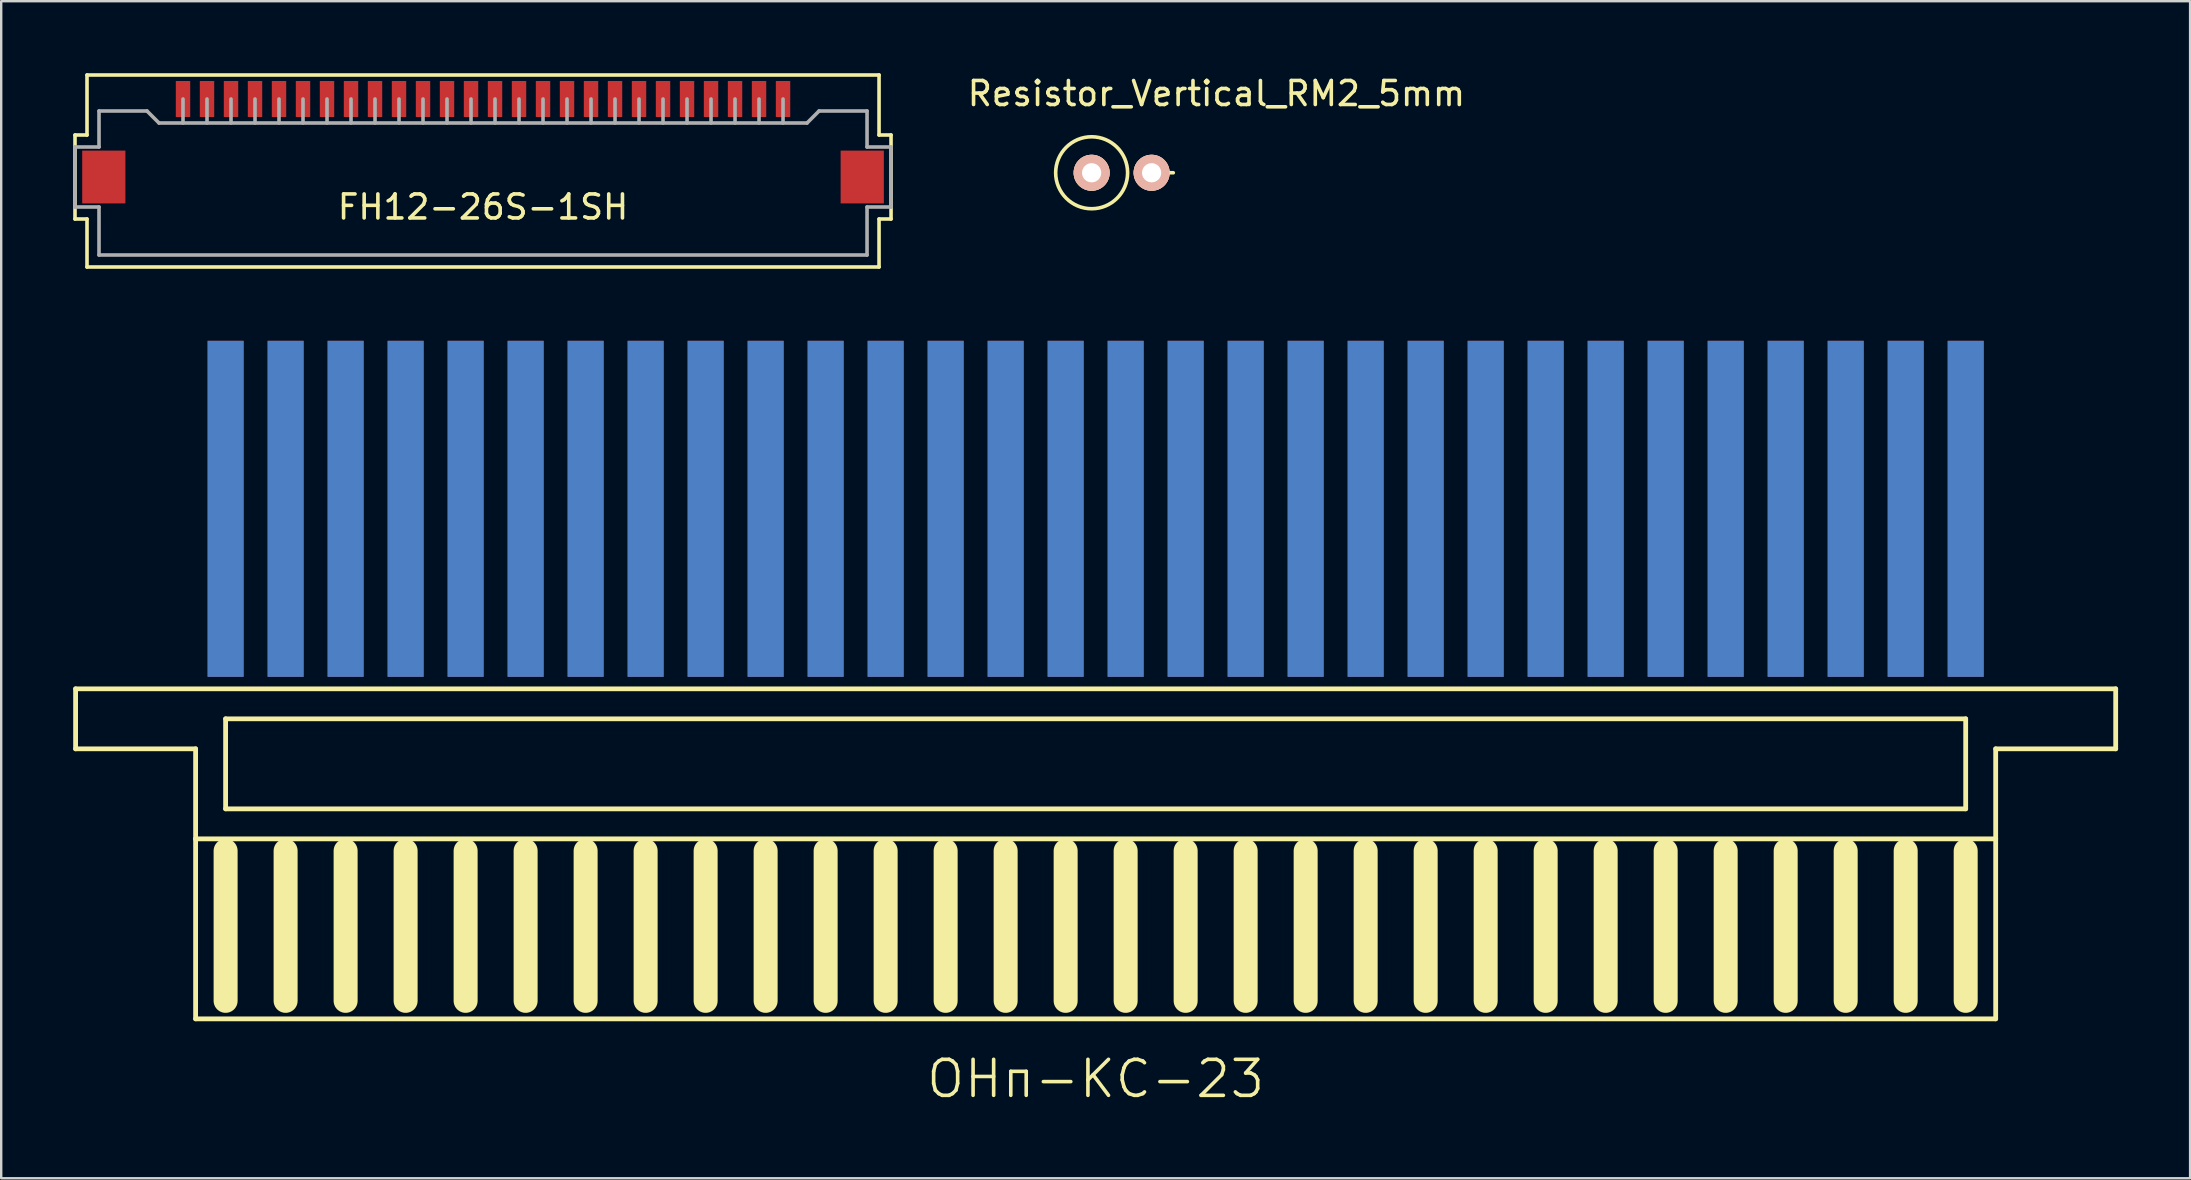
<source format=kicad_pcb>
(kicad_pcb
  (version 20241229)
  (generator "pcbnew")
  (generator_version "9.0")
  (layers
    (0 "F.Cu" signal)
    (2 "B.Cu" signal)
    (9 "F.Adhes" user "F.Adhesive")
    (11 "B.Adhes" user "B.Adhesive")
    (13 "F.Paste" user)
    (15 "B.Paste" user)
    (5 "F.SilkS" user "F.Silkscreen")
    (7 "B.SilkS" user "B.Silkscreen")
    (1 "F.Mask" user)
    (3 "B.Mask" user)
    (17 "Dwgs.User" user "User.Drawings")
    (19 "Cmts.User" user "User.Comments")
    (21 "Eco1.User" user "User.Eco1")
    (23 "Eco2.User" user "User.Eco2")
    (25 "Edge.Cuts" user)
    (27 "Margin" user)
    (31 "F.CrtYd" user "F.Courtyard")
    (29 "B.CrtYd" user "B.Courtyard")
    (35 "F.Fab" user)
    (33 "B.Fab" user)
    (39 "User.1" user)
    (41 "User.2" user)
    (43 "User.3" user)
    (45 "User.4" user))
  (footprint "Resistor_Vertical_RM2_5mm"
    (layer "F.Cu")
    (at 44.932 4.148)
    (property "Reference" "Resistor_Vertical_RM2_5mm" (at 2.7 -3.299 0) (layer "F.SilkS") (effects (font (size 1 1) (thickness 0.15))))
    (attr through_hole)
    (fp_line (start -0.099 0) (end 0.902 0) (stroke (width 0.15) (type solid)) (layer "F.SilkS"))
    (fp_circle (center -2.499 0) (end -1 0) (stroke (width 0.15) (type solid)) (fill no) (layer "F.SilkS"))
    (pad "1" thru_hole circle (at -2.499 0) (size 1.5 1.5) (drill 0.8) (layers "*.Cu" "*.SilkS" "*.Mask"))
    (pad "2" thru_hole circle (at 0 0) (size 1.5 1.5) (drill 0.8) (layers "*.Cu" "*.SilkS" "*.Mask")))
  (footprint "FH12-26S-1SH"
    (layer "F.Cu")
    (at 17.075 1.075)
    (property "Reference" "FH12-26S-1SH" (at 0 4.5 0) (layer "F.SilkS") (effects (font (size 1 1) (thickness 0.15))))
    (attr through_hole)
    (fp_line (start -17 1.5) (end -16.5 1.5) (stroke (width 0.15) (type solid)) (layer "F.SilkS"))
    (fp_line (start -17 5) (end -17 1.5) (stroke (width 0.15) (type solid)) (layer "F.SilkS"))
    (fp_line (start -16.5 -1) (end 16.5 -1) (stroke (width 0.15) (type solid)) (layer "F.SilkS"))
    (fp_line (start -16.5 1.5) (end -16.5 -1) (stroke (width 0.15) (type solid)) (layer "F.SilkS"))
    (fp_line (start -16.5 5) (end -17 5) (stroke (width 0.15) (type solid)) (layer "F.SilkS"))
    (fp_line (start -16.5 7) (end -16.5 5) (stroke (width 0.15) (type solid)) (layer "F.SilkS"))
    (fp_line (start 16.5 -1) (end 16.5 1.5) (stroke (width 0.15) (type solid)) (layer "F.SilkS"))
    (fp_line (start 16.5 1.5) (end 17 1.5) (stroke (width 0.15) (type solid)) (layer "F.SilkS"))
    (fp_line (start 16.5 5) (end 16.5 7) (stroke (width 0.15) (type solid)) (layer "F.SilkS"))
    (fp_line (start 16.5 7) (end -16.5 7) (stroke (width 0.15) (type solid)) (layer "F.SilkS"))
    (fp_line (start 17 1.5) (end 17 5) (stroke (width 0.15) (type solid)) (layer "F.SilkS"))
    (fp_line (start 17 5) (end 16.5 5) (stroke (width 0.15) (type solid)) (layer "F.SilkS"))
    (fp_line (start -17 2) (end -16 2) (stroke (width 0.15) (type solid)) (layer "F.Fab"))
    (fp_line (start -17 4.5) (end -17 2) (stroke (width 0.15) (type solid)) (layer "F.Fab"))
    (fp_line (start -16 0.5) (end -14 0.5) (stroke (width 0.15) (type solid)) (layer "F.Fab"))
    (fp_line (start -16 2) (end -16 0.5) (stroke (width 0.15) (type solid)) (layer "F.Fab"))
    (fp_line (start -16 4.5) (end -17 4.5) (stroke (width 0.15) (type solid)) (layer "F.Fab"))
    (fp_line (start -16 6.5) (end -16 4.5) (stroke (width 0.15) (type solid)) (layer "F.Fab"))
    (fp_line (start -14 0.5) (end -13.5 1) (stroke (width 0.15) (type solid)) (layer "F.Fab"))
    (fp_line (start -13.5 1) (end 13.5 1) (stroke (width 0.15) (type solid)) (layer "F.Fab"))
    (fp_line (start -12.5 0) (end -12.5 1) (stroke (width 0.15) (type solid)) (layer "F.Fab"))
    (fp_line (start -11.5 0) (end -11.5 1) (stroke (width 0.15) (type solid)) (layer "F.Fab"))
    (fp_line (start -10.5 0) (end -10.5 1) (stroke (width 0.15) (type solid)) (layer "F.Fab"))
    (fp_line (start -9.5 0) (end -9.5 1) (stroke (width 0.15) (type solid)) (layer "F.Fab"))
    (fp_line (start -8.5 0) (end -8.5 1) (stroke (width 0.15) (type solid)) (layer "F.Fab"))
    (fp_line (start -7.5 0) (end -7.5 1) (stroke (width 0.15) (type solid)) (layer "F.Fab"))
    (fp_line (start -6.5 0) (end -6.5 1) (stroke (width 0.15) (type solid)) (layer "F.Fab"))
    (fp_line (start -5.5 0) (end -5.5 1) (stroke (width 0.15) (type solid)) (layer "F.Fab"))
    (fp_line (start -4.5 0) (end -4.5 1) (stroke (width 0.15) (type solid)) (layer "F.Fab"))
    (fp_line (start -3.5 0) (end -3.5 1) (stroke (width 0.15) (type solid)) (layer "F.Fab"))
    (fp_line (start -2.5 0) (end -2.5 1) (stroke (width 0.15) (type solid)) (layer "F.Fab"))
    (fp_line (start -1.5 0) (end -1.5 1) (stroke (width 0.15) (type solid)) (layer "F.Fab"))
    (fp_line (start -0.5 0) (end -0.5 1) (stroke (width 0.15) (type solid)) (layer "F.Fab"))
    (fp_line (start 0.5 0) (end 0.5 1) (stroke (width 0.15) (type solid)) (layer "F.Fab"))
    (fp_line (start 1.5 0) (end 1.5 1) (stroke (width 0.15) (type solid)) (layer "F.Fab"))
    (fp_line (start 2.5 0) (end 2.5 1) (stroke (width 0.15) (type solid)) (layer "F.Fab"))
    (fp_line (start 3.5 0) (end 3.5 1) (stroke (width 0.15) (type solid)) (layer "F.Fab"))
    (fp_line (start 4.5 0) (end 4.5 1) (stroke (width 0.15) (type solid)) (layer "F.Fab"))
    (fp_line (start 5.5 0) (end 5.5 1) (stroke (width 0.15) (type solid)) (layer "F.Fab"))
    (fp_line (start 6.5 0) (end 6.5 1) (stroke (width 0.15) (type solid)) (layer "F.Fab"))
    (fp_line (start 7.5 0) (end 7.5 1) (stroke (width 0.15) (type solid)) (layer "F.Fab"))
    (fp_line (start 8.5 0) (end 8.5 1) (stroke (width 0.15) (type solid)) (layer "F.Fab"))
    (fp_line (start 9.5 0) (end 9.5 1) (stroke (width 0.15) (type solid)) (layer "F.Fab"))
    (fp_line (start 10.5 0) (end 10.5 1) (stroke (width 0.15) (type solid)) (layer "F.Fab"))
    (fp_line (start 11.5 0) (end 11.5 1) (stroke (width 0.15) (type solid)) (layer "F.Fab"))
    (fp_line (start 12.5 0) (end 12.5 1) (stroke (width 0.15) (type solid)) (layer "F.Fab"))
    (fp_line (start 13.5 1) (end 14 0.5) (stroke (width 0.15) (type solid)) (layer "F.Fab"))
    (fp_line (start 14 0.5) (end 16 0.5) (stroke (width 0.15) (type solid)) (layer "F.Fab"))
    (fp_line (start 16 0.5) (end 16 2) (stroke (width 0.15) (type solid)) (layer "F.Fab"))
    (fp_line (start 16 2) (end 17 2) (stroke (width 0.15) (type solid)) (layer "F.Fab"))
    (fp_line (start 16 4.5) (end 16 6.5) (stroke (width 0.15) (type solid)) (layer "F.Fab"))
    (fp_line (start 16 6.5) (end -16 6.5) (stroke (width 0.15) (type solid)) (layer "F.Fab"))
    (fp_line (start 17 2) (end 17 4.5) (stroke (width 0.15) (type solid)) (layer "F.Fab"))
    (fp_line (start 17 4.5) (end 16 4.5) (stroke (width 0.15) (type solid)) (layer "F.Fab"))
    (pad "" smd rect (at -15.8 3.25) (size 1.8 2.2) (layers "F.Cu" "F.Mask" "F.Paste"))
    (pad "" smd rect (at 15.8 3.25) (size 1.8 2.2) (layers "F.Cu" "F.Mask" "F.Paste"))
    (pad "1" smd rect (at -12.5 0) (size 0.6 1.5) (layers "F.Cu" "F.Mask" "F.Paste"))
    (pad "2" smd rect (at -11.5 0) (size 0.6 1.5) (layers "F.Cu" "F.Mask" "F.Paste"))
    (pad "3" smd rect (at -10.5 0) (size 0.6 1.5) (layers "F.Cu" "F.Mask" "F.Paste"))
    (pad "4" smd rect (at -9.5 0) (size 0.6 1.5) (layers "F.Cu" "F.Mask" "F.Paste"))
    (pad "5" smd rect (at -8.5 0) (size 0.6 1.5) (layers "F.Cu" "F.Mask" "F.Paste"))
    (pad "6" smd rect (at -7.5 0) (size 0.6 1.5) (layers "F.Cu" "F.Mask" "F.Paste"))
    (pad "7" smd rect (at -6.5 0) (size 0.6 1.5) (layers "F.Cu" "F.Mask" "F.Paste"))
    (pad "8" smd rect (at -5.5 0) (size 0.6 1.5) (layers "F.Cu" "F.Mask" "F.Paste"))
    (pad "9" smd rect (at -4.5 0) (size 0.6 1.5) (layers "F.Cu" "F.Mask" "F.Paste"))
    (pad "10" smd rect (at -3.5 0) (size 0.6 1.5) (layers "F.Cu" "F.Mask" "F.Paste"))
    (pad "11" smd rect (at -2.5 0) (size 0.6 1.5) (layers "F.Cu" "F.Mask" "F.Paste"))
    (pad "12" smd rect (at -1.5 0) (size 0.6 1.5) (layers "F.Cu" "F.Mask" "F.Paste"))
    (pad "13" smd rect (at -0.5 0) (size 0.6 1.5) (layers "F.Cu" "F.Mask" "F.Paste"))
    (pad "14" smd rect (at 0.5 0) (size 0.6 1.5) (layers "F.Cu" "F.Mask" "F.Paste"))
    (pad "15" smd rect (at 1.5 0) (size 0.6 1.5) (layers "F.Cu" "F.Mask" "F.Paste"))
    (pad "16" smd rect (at 2.5 0) (size 0.6 1.5) (layers "F.Cu" "F.Mask" "F.Paste"))
    (pad "17" smd rect (at 3.5 0) (size 0.6 1.5) (layers "F.Cu" "F.Mask" "F.Paste"))
    (pad "18" smd rect (at 4.5 0) (size 0.6 1.5) (layers "F.Cu" "F.Mask" "F.Paste"))
    (pad "19" smd rect (at 5.5 0) (size 0.6 1.5) (layers "F.Cu" "F.Mask" "F.Paste"))
    (pad "20" smd rect (at 6.5 0) (size 0.6 1.5) (layers "F.Cu" "F.Mask" "F.Paste"))
    (pad "21" smd rect (at 7.5 0) (size 0.6 1.5) (layers "F.Cu" "F.Mask" "F.Paste"))
    (pad "22" smd rect (at 8.5 0) (size 0.6 1.5) (layers "F.Cu" "F.Mask" "F.Paste"))
    (pad "23" smd rect (at 9.5 0) (size 0.6 1.5) (layers "F.Cu" "F.Mask" "F.Paste"))
    (pad "24" smd rect (at 10.5 0) (size 0.6 1.5) (layers "F.Cu" "F.Mask" "F.Paste"))
    (pad "25" smd rect (at 11.5 0) (size 0.6 1.5) (layers "F.Cu" "F.Mask" "F.Paste"))
    (pad "26" smd rect (at 12.5 0) (size 0.6 1.5) (layers "F.Cu" "F.Mask" "F.Paste")))
  (footprint "ОНп-КС-23"
    (layer "F.Cu")
    (at 42.6 18.15)
    (property "Reference" "ОНп-КС-23" (at 0 23.75 0) (layer "F.SilkS") (effects (font (size 1.5 1.5) (thickness 0.15))))
    (attr through_hole)
    (fp_line (start -42.5 7.5) (end 42.5 7.5) (stroke (width 0.2) (type solid)) (layer "F.SilkS"))
    (fp_line (start -42.5 10) (end -42.5 7.5) (stroke (width 0.2) (type solid)) (layer "F.SilkS"))
    (fp_line (start -37.5 10) (end -42.5 10) (stroke (width 0.2) (type solid)) (layer "F.SilkS"))
    (fp_line (start -37.5 13.75) (end -37.5 10) (stroke (width 0.2) (type solid)) (layer "F.SilkS"))
    (fp_line (start -37.5 21.25) (end -37.5 13.75) (stroke (width 0.2) (type solid)) (layer "F.SilkS"))
    (fp_line (start -36.25 8.75) (end -36.25 12.5) (stroke (width 0.2) (type solid)) (layer "F.SilkS"))
    (fp_line (start -36.25 12.5) (end 36.25 12.5) (stroke (width 0.2) (type solid)) (layer "F.SilkS"))
    (fp_line (start -36.25 14.25) (end -36.25 20.5) (stroke (width 1) (type solid)) (layer "F.SilkS"))
    (fp_line (start -33.75 14.25) (end -33.75 20.5) (stroke (width 1) (type solid)) (layer "F.SilkS"))
    (fp_line (start -31.25 14.25) (end -31.25 20.5) (stroke (width 1) (type solid)) (layer "F.SilkS"))
    (fp_line (start -28.75 14.25) (end -28.75 20.5) (stroke (width 1) (type solid)) (layer "F.SilkS"))
    (fp_line (start -26.25 14.25) (end -26.25 20.5) (stroke (width 1) (type solid)) (layer "F.SilkS"))
    (fp_line (start -23.75 14.25) (end -23.75 20.5) (stroke (width 1) (type solid)) (layer "F.SilkS"))
    (fp_line (start -21.25 14.25) (end -21.25 20.5) (stroke (width 1) (type solid)) (layer "F.SilkS"))
    (fp_line (start -18.75 14.25) (end -18.75 20.5) (stroke (width 1) (type solid)) (layer "F.SilkS"))
    (fp_line (start -16.25 14.25) (end -16.25 20.5) (stroke (width 1) (type solid)) (layer "F.SilkS"))
    (fp_line (start -13.75 14.25) (end -13.75 20.5) (stroke (width 1) (type solid)) (layer "F.SilkS"))
    (fp_line (start -11.25 14.25) (end -11.25 20.5) (stroke (width 1) (type solid)) (layer "F.SilkS"))
    (fp_line (start -8.75 14.25) (end -8.75 20.5) (stroke (width 1) (type solid)) (layer "F.SilkS"))
    (fp_line (start -6.25 14.25) (end -6.25 20.5) (stroke (width 1) (type solid)) (layer "F.SilkS"))
    (fp_line (start -3.75 14.25) (end -3.75 20.5) (stroke (width 1) (type solid)) (layer "F.SilkS"))
    (fp_line (start -1.25 14.25) (end -1.25 20.5) (stroke (width 1) (type solid)) (layer "F.SilkS"))
    (fp_line (start 1.25 14.25) (end 1.25 20.5) (stroke (width 1) (type solid)) (layer "F.SilkS"))
    (fp_line (start 3.75 14.25) (end 3.75 20.5) (stroke (width 1) (type solid)) (layer "F.SilkS"))
    (fp_line (start 6.25 14.25) (end 6.25 20.5) (stroke (width 1) (type solid)) (layer "F.SilkS"))
    (fp_line (start 8.75 14.25) (end 8.75 20.5) (stroke (width 1) (type solid)) (layer "F.SilkS"))
    (fp_line (start 11.25 14.25) (end 11.25 20.5) (stroke (width 1) (type solid)) (layer "F.SilkS"))
    (fp_line (start 13.75 14.25) (end 13.75 20.5) (stroke (width 1) (type solid)) (layer "F.SilkS"))
    (fp_line (start 16.25 14.25) (end 16.25 20.5) (stroke (width 1) (type solid)) (layer "F.SilkS"))
    (fp_line (start 18.75 14.25) (end 18.75 20.5) (stroke (width 1) (type solid)) (layer "F.SilkS"))
    (fp_line (start 21.25 14.25) (end 21.25 20.5) (stroke (width 1) (type solid)) (layer "F.SilkS"))
    (fp_line (start 23.75 14.25) (end 23.75 20.5) (stroke (width 1) (type solid)) (layer "F.SilkS"))
    (fp_line (start 26.25 14.25) (end 26.25 20.5) (stroke (width 1) (type solid)) (layer "F.SilkS"))
    (fp_line (start 28.75 14.25) (end 28.75 20.5) (stroke (width 1) (type solid)) (layer "F.SilkS"))
    (fp_line (start 31.25 14.25) (end 31.25 20.5) (stroke (width 1) (type solid)) (layer "F.SilkS"))
    (fp_line (start 33.75 14.25) (end 33.75 20.5) (stroke (width 1) (type solid)) (layer "F.SilkS"))
    (fp_line (start 36.25 8.75) (end -36.25 8.75) (stroke (width 0.2) (type solid)) (layer "F.SilkS"))
    (fp_line (start 36.25 12.5) (end 36.25 8.75) (stroke (width 0.2) (type solid)) (layer "F.SilkS"))
    (fp_line (start 36.25 14.25) (end 36.25 20.5) (stroke (width 1) (type solid)) (layer "F.SilkS"))
    (fp_line (start 37.5 10) (end 37.5 13.75) (stroke (width 0.2) (type solid)) (layer "F.SilkS"))
    (fp_line (start 37.5 13.75) (end -37.5 13.75) (stroke (width 0.2) (type solid)) (layer "F.SilkS"))
    (fp_line (start 37.5 13.75) (end 37.5 21.25) (stroke (width 0.2) (type solid)) (layer "F.SilkS"))
    (fp_line (start 37.5 21.25) (end -37.5 21.25) (stroke (width 0.2) (type solid)) (layer "F.SilkS"))
    (fp_line (start 42.5 7.5) (end 42.5 10) (stroke (width 0.2) (type solid)) (layer "F.SilkS"))
    (fp_line (start 42.5 10) (end 37.5 10) (stroke (width 0.2) (type solid)) (layer "F.SilkS"))
    (pad "A1" smd rect (at 36.25 0) (size 1.5 14) (layers "B.Cu" "B.Mask" "B.Paste"))
    (pad "A2" smd rect (at 33.75 0) (size 1.5 14) (layers "B.Cu" "B.Mask" "B.Paste"))
    (pad "A3" smd rect (at 31.25 0) (size 1.5 14) (layers "B.Cu" "B.Mask" "B.Paste"))
    (pad "A4" smd rect (at 28.75 0) (size 1.5 14) (layers "B.Cu" "B.Mask" "B.Paste"))
    (pad "A5" smd rect (at 26.25 0) (size 1.5 14) (layers "B.Cu" "B.Mask" "B.Paste"))
    (pad "A6" smd rect (at 23.75 0) (size 1.5 14) (layers "B.Cu" "B.Mask" "B.Paste"))
    (pad "A7" smd rect (at 21.25 0) (size 1.5 14) (layers "B.Cu" "B.Mask" "B.Paste"))
    (pad "A8" smd rect (at 18.75 0) (size 1.5 14) (layers "B.Cu" "B.Mask" "B.Paste"))
    (pad "A9" smd rect (at 16.25 0) (size 1.5 14) (layers "B.Cu" "B.Mask" "B.Paste"))
    (pad "A10" smd rect (at 13.75 0) (size 1.5 14) (layers "B.Cu" "B.Mask" "B.Paste"))
    (pad "A11" smd rect (at 11.25 0) (size 1.5 14) (layers "B.Cu" "B.Mask" "B.Paste"))
    (pad "A12" smd rect (at 8.75 0) (size 1.5 14) (layers "B.Cu" "B.Mask" "B.Paste"))
    (pad "A13" smd rect (at 6.25 0) (size 1.5 14) (layers "B.Cu" "B.Mask" "B.Paste"))
    (pad "A14" smd rect (at 3.75 0) (size 1.5 14) (layers "B.Cu" "B.Mask" "B.Paste"))
    (pad "A15" smd rect (at 1.25 0) (size 1.5 14) (layers "B.Cu" "B.Mask" "B.Paste"))
    (pad "A16" smd rect (at -1.25 0) (size 1.5 14) (layers "B.Cu" "B.Mask" "B.Paste"))
    (pad "A17" smd rect (at -3.75 0) (size 1.5 14) (layers "B.Cu" "B.Mask" "B.Paste"))
    (pad "A18" smd rect (at -6.25 0) (size 1.5 14) (layers "B.Cu" "B.Mask" "B.Paste"))
    (pad "A19" smd rect (at -8.75 0) (size 1.5 14) (layers "B.Cu" "B.Mask" "B.Paste"))
    (pad "A20" smd rect (at -11.25 0) (size 1.5 14) (layers "B.Cu" "B.Mask" "B.Paste"))
    (pad "A21" smd rect (at -13.75 0) (size 1.5 14) (layers "B.Cu" "B.Mask" "B.Paste"))
    (pad "A22" smd rect (at -16.25 0) (size 1.5 14) (layers "B.Cu" "B.Mask" "B.Paste"))
    (pad "A23" smd rect (at -18.75 0) (size 1.5 14) (layers "B.Cu" "B.Mask" "B.Paste"))
    (pad "A24" smd rect (at -21.25 0) (size 1.5 14) (layers "B.Cu" "B.Mask" "B.Paste"))
    (pad "A25" smd rect (at -23.75 0) (size 1.5 14) (layers "B.Cu" "B.Mask" "B.Paste"))
    (pad "A26" smd rect (at -26.25 0) (size 1.5 14) (layers "B.Cu" "B.Mask" "B.Paste"))
    (pad "A27" smd rect (at -28.75 0) (size 1.5 14) (layers "B.Cu" "B.Mask" "B.Paste"))
    (pad "A28" smd rect (at -31.25 0) (size 1.5 14) (layers "B.Cu" "B.Mask" "B.Paste"))
    (pad "A29" smd rect (at -33.75 0) (size 1.5 14) (layers "B.Cu" "B.Mask" "B.Paste"))
    (pad "A30" smd rect (at -36.25 0) (size 1.5 14) (layers "B.Cu" "B.Mask" "B.Paste"))
    (pad "B1" smd rect (at 36.25 0) (size 1.5 14) (layers "F.Cu" "F.Mask" "F.Paste"))
    (pad "B2" smd rect (at 33.75 0) (size 1.5 14) (layers "F.Cu" "F.Mask" "F.Paste"))
    (pad "B3" smd rect (at 31.25 0) (size 1.5 14) (layers "F.Cu" "F.Mask" "F.Paste"))
    (pad "B4" smd rect (at 28.75 0) (size 1.5 14) (layers "F.Cu" "F.Mask" "F.Paste"))
    (pad "B5" smd rect (at 26.25 0) (size 1.5 14) (layers "F.Cu" "F.Mask" "F.Paste"))
    (pad "B6" smd rect (at 23.75 0) (size 1.5 14) (layers "F.Cu" "F.Mask" "F.Paste"))
    (pad "B7" smd rect (at 21.25 0) (size 1.5 14) (layers "F.Cu" "F.Mask" "F.Paste"))
    (pad "B8" smd rect (at 18.75 0) (size 1.5 14) (layers "F.Cu" "F.Mask" "F.Paste"))
    (pad "B9" smd rect (at 16.25 0) (size 1.5 14) (layers "F.Cu" "F.Mask" "F.Paste"))
    (pad "B10" smd rect (at 13.75 0) (size 1.5 14) (layers "F.Cu" "F.Mask" "F.Paste"))
    (pad "B11" smd rect (at 11.25 0) (size 1.5 14) (layers "F.Cu" "F.Mask" "F.Paste"))
    (pad "B12" smd rect (at 8.75 0) (size 1.5 14) (layers "F.Cu" "F.Mask" "F.Paste"))
    (pad "B13" smd rect (at 6.25 0) (size 1.5 14) (layers "F.Cu" "F.Mask" "F.Paste"))
    (pad "B14" smd rect (at 3.75 0) (size 1.5 14) (layers "F.Cu" "F.Mask" "F.Paste"))
    (pad "B15" smd rect (at 1.25 0) (size 1.5 14) (layers "F.Cu" "F.Mask" "F.Paste"))
    (pad "B16" smd rect (at -1.25 0) (size 1.5 14) (layers "F.Cu" "F.Mask" "F.Paste"))
    (pad "B17" smd rect (at -3.75 0) (size 1.5 14) (layers "F.Cu" "F.Mask" "F.Paste"))
    (pad "B18" smd rect (at -6.25 0) (size 1.5 14) (layers "F.Cu" "F.Mask" "F.Paste"))
    (pad "B19" smd rect (at -8.75 0) (size 1.5 14) (layers "F.Cu" "F.Mask" "F.Paste"))
    (pad "B20" smd rect (at -11.25 0) (size 1.5 14) (layers "F.Cu" "F.Mask" "F.Paste"))
    (pad "B21" smd rect (at -13.75 0) (size 1.5 14) (layers "F.Cu" "F.Mask" "F.Paste"))
    (pad "B22" smd rect (at -16.25 0) (size 1.5 14) (layers "F.Cu" "F.Mask" "F.Paste"))
    (pad "B23" smd rect (at -18.75 0) (size 1.5 14) (layers "F.Cu" "F.Mask" "F.Paste"))
    (pad "B24" smd rect (at -21.25 0) (size 1.5 14) (layers "F.Cu" "F.Mask" "F.Paste"))
    (pad "B25" smd rect (at -23.75 0) (size 1.5 14) (layers "F.Cu" "F.Mask" "F.Paste"))
    (pad "B26" smd rect (at -26.25 0) (size 1.5 14) (layers "F.Cu" "F.Mask" "F.Paste"))
    (pad "B27" smd rect (at -28.75 0) (size 1.5 14) (layers "F.Cu" "F.Mask" "F.Paste"))
    (pad "B28" smd rect (at -31.25 0) (size 1.5 14) (layers "F.Cu" "F.Mask" "F.Paste"))
    (pad "B29" smd rect (at -33.75 0) (size 1.5 14) (layers "F.Cu" "F.Mask" "F.Paste"))
    (pad "B30" smd rect (at -36.25 0) (size 1.5 14) (layers "F.Cu" "F.Mask" "F.Paste")))
  (gr_rect
    (start -3 -3)
    (end 88.2 46.041)
    (stroke (width 0.1) (type default))
    (fill no)
    (layer "Edge.Cuts")))
</source>
